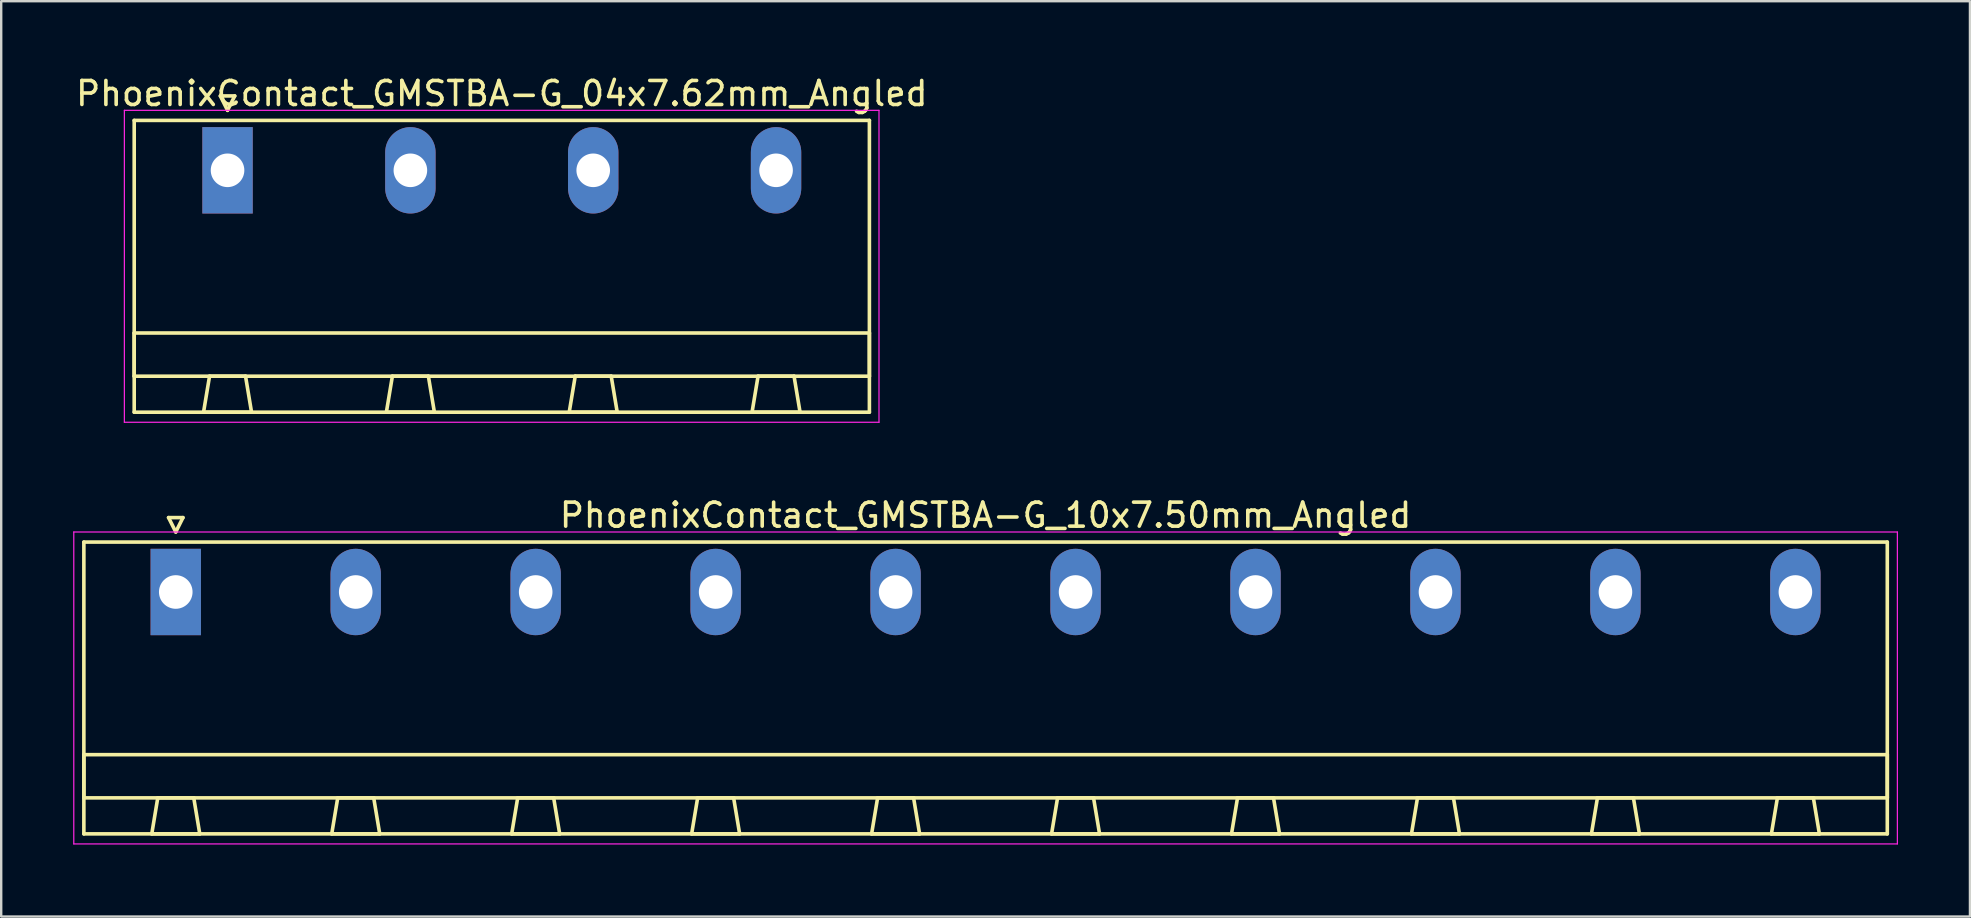
<source format=kicad_pcb>
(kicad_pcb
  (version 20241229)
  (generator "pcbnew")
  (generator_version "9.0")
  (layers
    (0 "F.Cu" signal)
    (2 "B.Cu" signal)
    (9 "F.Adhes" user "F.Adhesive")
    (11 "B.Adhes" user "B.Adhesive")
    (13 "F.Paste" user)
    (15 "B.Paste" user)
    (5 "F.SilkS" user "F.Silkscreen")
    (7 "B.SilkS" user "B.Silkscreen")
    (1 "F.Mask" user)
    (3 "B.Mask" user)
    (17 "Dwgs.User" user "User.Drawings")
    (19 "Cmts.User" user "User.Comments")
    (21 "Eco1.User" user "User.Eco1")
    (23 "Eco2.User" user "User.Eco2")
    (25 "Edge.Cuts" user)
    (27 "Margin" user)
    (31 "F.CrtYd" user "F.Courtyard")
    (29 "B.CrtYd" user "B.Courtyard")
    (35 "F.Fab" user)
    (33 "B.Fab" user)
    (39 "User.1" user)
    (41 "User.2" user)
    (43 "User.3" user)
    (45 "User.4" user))
  (footprint "PhoenixContact_GMSTBA-G_04x7.62mm_Angled"
    (layer "F.Cu")
    (at 6.433 4.048)
    (property "Reference" "PhoenixContact_GMSTBA-G_04x7.62mm_Angled" (at 11.43 -3.2 0) (layer "F.SilkS") (effects (font (size 1 1) (thickness 0.15))))
    (attr through_hole)
    (fp_line (start -3.89 -2.08) (end -3.89 10.08) (stroke (width 0.15) (type solid)) (layer "F.SilkS"))
    (fp_line (start -3.89 6.78) (end 26.75 6.78) (stroke (width 0.15) (type solid)) (layer "F.SilkS"))
    (fp_line (start -3.89 8.58) (end -3.89 6.78) (stroke (width 0.15) (type solid)) (layer "F.SilkS"))
    (fp_line (start -3.89 10.08) (end 26.75 10.08) (stroke (width 0.15) (type solid)) (layer "F.SilkS"))
    (fp_line (start -1 10.08) (end 1 10.08) (stroke (width 0.15) (type solid)) (layer "F.SilkS"))
    (fp_line (start -0.75 8.58) (end -1 10.08) (stroke (width 0.15) (type solid)) (layer "F.SilkS"))
    (fp_line (start -0.3 -3.1) (end 0 -2.5) (stroke (width 0.15) (type solid)) (layer "F.SilkS"))
    (fp_line (start 0 -2.5) (end 0.3 -3.1) (stroke (width 0.15) (type solid)) (layer "F.SilkS"))
    (fp_line (start 0.3 -3.1) (end -0.3 -3.1) (stroke (width 0.15) (type solid)) (layer "F.SilkS"))
    (fp_line (start 0.75 8.58) (end -0.75 8.58) (stroke (width 0.15) (type solid)) (layer "F.SilkS"))
    (fp_line (start 1 10.08) (end 0.75 8.58) (stroke (width 0.15) (type solid)) (layer "F.SilkS"))
    (fp_line (start 6.62 10.08) (end 8.62 10.08) (stroke (width 0.15) (type solid)) (layer "F.SilkS"))
    (fp_line (start 6.87 8.58) (end 6.62 10.08) (stroke (width 0.15) (type solid)) (layer "F.SilkS"))
    (fp_line (start 8.37 8.58) (end 6.87 8.58) (stroke (width 0.15) (type solid)) (layer "F.SilkS"))
    (fp_line (start 8.62 10.08) (end 8.37 8.58) (stroke (width 0.15) (type solid)) (layer "F.SilkS"))
    (fp_line (start 14.24 10.08) (end 16.24 10.08) (stroke (width 0.15) (type solid)) (layer "F.SilkS"))
    (fp_line (start 14.49 8.58) (end 14.24 10.08) (stroke (width 0.15) (type solid)) (layer "F.SilkS"))
    (fp_line (start 15.99 8.58) (end 14.49 8.58) (stroke (width 0.15) (type solid)) (layer "F.SilkS"))
    (fp_line (start 16.24 10.08) (end 15.99 8.58) (stroke (width 0.15) (type solid)) (layer "F.SilkS"))
    (fp_line (start 21.86 10.08) (end 23.86 10.08) (stroke (width 0.15) (type solid)) (layer "F.SilkS"))
    (fp_line (start 22.11 8.58) (end 21.86 10.08) (stroke (width 0.15) (type solid)) (layer "F.SilkS"))
    (fp_line (start 23.61 8.58) (end 22.11 8.58) (stroke (width 0.15) (type solid)) (layer "F.SilkS"))
    (fp_line (start 23.86 10.08) (end 23.61 8.58) (stroke (width 0.15) (type solid)) (layer "F.SilkS"))
    (fp_line (start 26.75 -2.08) (end -3.89 -2.08) (stroke (width 0.15) (type solid)) (layer "F.SilkS"))
    (fp_line (start 26.75 6.78) (end 26.75 8.58) (stroke (width 0.15) (type solid)) (layer "F.SilkS"))
    (fp_line (start 26.75 8.58) (end -3.89 8.58) (stroke (width 0.15) (type solid)) (layer "F.SilkS"))
    (fp_line (start 26.75 10.08) (end 26.75 -2.08) (stroke (width 0.15) (type solid)) (layer "F.SilkS"))
    (fp_line (start -4.3 -2.5) (end -4.3 10.5) (stroke (width 0.05) (type solid)) (layer "F.CrtYd"))
    (fp_line (start -4.3 10.5) (end 27.15 10.5) (stroke (width 0.05) (type solid)) (layer "F.CrtYd"))
    (fp_line (start 27.15 -2.5) (end -4.3 -2.5) (stroke (width 0.05) (type solid)) (layer "F.CrtYd"))
    (fp_line (start 27.15 10.5) (end 27.15 -2.5) (stroke (width 0.05) (type solid)) (layer "F.CrtYd"))
    (pad "1" thru_hole rect (at 0 0) (size 2.1 3.6) (drill 1.4) (layers "*.Cu" "*.Mask"))
    (pad "2" thru_hole oval (at 7.62 0) (size 2.1 3.6) (drill 1.4) (layers "*.Cu" "*.Mask"))
    (pad "3" thru_hole oval (at 15.24 0) (size 2.1 3.6) (drill 1.4) (layers "*.Cu" "*.Mask"))
    (pad "4" thru_hole oval (at 22.86 0) (size 2.1 3.6) (drill 1.4) (layers "*.Cu" "*.Mask")))
  (footprint "PhoenixContact_GMSTBA-G_10x7.50mm_Angled"
    (layer "F.Cu")
    (at 4.275 21.622)
    (property "Reference" "PhoenixContact_GMSTBA-G_10x7.50mm_Angled" (at 33.75 -3.2 0) (layer "F.SilkS") (effects (font (size 1 1) (thickness 0.15))))
    (attr through_hole)
    (fp_line (start -3.83 -2.08) (end -3.83 10.08) (stroke (width 0.15) (type solid)) (layer "F.SilkS"))
    (fp_line (start -3.83 6.78) (end 71.33 6.78) (stroke (width 0.15) (type solid)) (layer "F.SilkS"))
    (fp_line (start -3.83 8.58) (end -3.83 6.78) (stroke (width 0.15) (type solid)) (layer "F.SilkS"))
    (fp_line (start -3.83 10.08) (end 71.33 10.08) (stroke (width 0.15) (type solid)) (layer "F.SilkS"))
    (fp_line (start -1 10.08) (end 1 10.08) (stroke (width 0.15) (type solid)) (layer "F.SilkS"))
    (fp_line (start -0.75 8.58) (end -1 10.08) (stroke (width 0.15) (type solid)) (layer "F.SilkS"))
    (fp_line (start -0.3 -3.1) (end 0 -2.5) (stroke (width 0.15) (type solid)) (layer "F.SilkS"))
    (fp_line (start 0 -2.5) (end 0.3 -3.1) (stroke (width 0.15) (type solid)) (layer "F.SilkS"))
    (fp_line (start 0.3 -3.1) (end -0.3 -3.1) (stroke (width 0.15) (type solid)) (layer "F.SilkS"))
    (fp_line (start 0.75 8.58) (end -0.75 8.58) (stroke (width 0.15) (type solid)) (layer "F.SilkS"))
    (fp_line (start 1 10.08) (end 0.75 8.58) (stroke (width 0.15) (type solid)) (layer "F.SilkS"))
    (fp_line (start 6.5 10.08) (end 8.5 10.08) (stroke (width 0.15) (type solid)) (layer "F.SilkS"))
    (fp_line (start 6.75 8.58) (end 6.5 10.08) (stroke (width 0.15) (type solid)) (layer "F.SilkS"))
    (fp_line (start 8.25 8.58) (end 6.75 8.58) (stroke (width 0.15) (type solid)) (layer "F.SilkS"))
    (fp_line (start 8.5 10.08) (end 8.25 8.58) (stroke (width 0.15) (type solid)) (layer "F.SilkS"))
    (fp_line (start 14 10.08) (end 16 10.08) (stroke (width 0.15) (type solid)) (layer "F.SilkS"))
    (fp_line (start 14.25 8.58) (end 14 10.08) (stroke (width 0.15) (type solid)) (layer "F.SilkS"))
    (fp_line (start 15.75 8.58) (end 14.25 8.58) (stroke (width 0.15) (type solid)) (layer "F.SilkS"))
    (fp_line (start 16 10.08) (end 15.75 8.58) (stroke (width 0.15) (type solid)) (layer "F.SilkS"))
    (fp_line (start 21.5 10.08) (end 23.5 10.08) (stroke (width 0.15) (type solid)) (layer "F.SilkS"))
    (fp_line (start 21.75 8.58) (end 21.5 10.08) (stroke (width 0.15) (type solid)) (layer "F.SilkS"))
    (fp_line (start 23.25 8.58) (end 21.75 8.58) (stroke (width 0.15) (type solid)) (layer "F.SilkS"))
    (fp_line (start 23.5 10.08) (end 23.25 8.58) (stroke (width 0.15) (type solid)) (layer "F.SilkS"))
    (fp_line (start 29 10.08) (end 31 10.08) (stroke (width 0.15) (type solid)) (layer "F.SilkS"))
    (fp_line (start 29.25 8.58) (end 29 10.08) (stroke (width 0.15) (type solid)) (layer "F.SilkS"))
    (fp_line (start 30.75 8.58) (end 29.25 8.58) (stroke (width 0.15) (type solid)) (layer "F.SilkS"))
    (fp_line (start 31 10.08) (end 30.75 8.58) (stroke (width 0.15) (type solid)) (layer "F.SilkS"))
    (fp_line (start 36.5 10.08) (end 38.5 10.08) (stroke (width 0.15) (type solid)) (layer "F.SilkS"))
    (fp_line (start 36.75 8.58) (end 36.5 10.08) (stroke (width 0.15) (type solid)) (layer "F.SilkS"))
    (fp_line (start 38.25 8.58) (end 36.75 8.58) (stroke (width 0.15) (type solid)) (layer "F.SilkS"))
    (fp_line (start 38.5 10.08) (end 38.25 8.58) (stroke (width 0.15) (type solid)) (layer "F.SilkS"))
    (fp_line (start 44 10.08) (end 46 10.08) (stroke (width 0.15) (type solid)) (layer "F.SilkS"))
    (fp_line (start 44.25 8.58) (end 44 10.08) (stroke (width 0.15) (type solid)) (layer "F.SilkS"))
    (fp_line (start 45.75 8.58) (end 44.25 8.58) (stroke (width 0.15) (type solid)) (layer "F.SilkS"))
    (fp_line (start 46 10.08) (end 45.75 8.58) (stroke (width 0.15) (type solid)) (layer "F.SilkS"))
    (fp_line (start 51.5 10.08) (end 53.5 10.08) (stroke (width 0.15) (type solid)) (layer "F.SilkS"))
    (fp_line (start 51.75 8.58) (end 51.5 10.08) (stroke (width 0.15) (type solid)) (layer "F.SilkS"))
    (fp_line (start 53.25 8.58) (end 51.75 8.58) (stroke (width 0.15) (type solid)) (layer "F.SilkS"))
    (fp_line (start 53.5 10.08) (end 53.25 8.58) (stroke (width 0.15) (type solid)) (layer "F.SilkS"))
    (fp_line (start 59 10.08) (end 61 10.08) (stroke (width 0.15) (type solid)) (layer "F.SilkS"))
    (fp_line (start 59.25 8.58) (end 59 10.08) (stroke (width 0.15) (type solid)) (layer "F.SilkS"))
    (fp_line (start 60.75 8.58) (end 59.25 8.58) (stroke (width 0.15) (type solid)) (layer "F.SilkS"))
    (fp_line (start 61 10.08) (end 60.75 8.58) (stroke (width 0.15) (type solid)) (layer "F.SilkS"))
    (fp_line (start 66.5 10.08) (end 68.5 10.08) (stroke (width 0.15) (type solid)) (layer "F.SilkS"))
    (fp_line (start 66.75 8.58) (end 66.5 10.08) (stroke (width 0.15) (type solid)) (layer "F.SilkS"))
    (fp_line (start 68.25 8.58) (end 66.75 8.58) (stroke (width 0.15) (type solid)) (layer "F.SilkS"))
    (fp_line (start 68.5 10.08) (end 68.25 8.58) (stroke (width 0.15) (type solid)) (layer "F.SilkS"))
    (fp_line (start 71.33 -2.08) (end -3.83 -2.08) (stroke (width 0.15) (type solid)) (layer "F.SilkS"))
    (fp_line (start 71.33 6.78) (end 71.33 8.58) (stroke (width 0.15) (type solid)) (layer "F.SilkS"))
    (fp_line (start 71.33 8.58) (end -3.83 8.58) (stroke (width 0.15) (type solid)) (layer "F.SilkS"))
    (fp_line (start 71.33 10.08) (end 71.33 -2.08) (stroke (width 0.15) (type solid)) (layer "F.SilkS"))
    (fp_line (start -4.25 -2.5) (end -4.25 10.5) (stroke (width 0.05) (type solid)) (layer "F.CrtYd"))
    (fp_line (start -4.25 10.5) (end 71.75 10.5) (stroke (width 0.05) (type solid)) (layer "F.CrtYd"))
    (fp_line (start 71.75 -2.5) (end -4.25 -2.5) (stroke (width 0.05) (type solid)) (layer "F.CrtYd"))
    (fp_line (start 71.75 10.5) (end 71.75 -2.5) (stroke (width 0.05) (type solid)) (layer "F.CrtYd"))
    (pad "1" thru_hole rect (at 0 0) (size 2.1 3.6) (drill 1.4) (layers "*.Cu" "*.Mask"))
    (pad "2" thru_hole oval (at 7.5 0) (size 2.1 3.6) (drill 1.4) (layers "*.Cu" "*.Mask"))
    (pad "3" thru_hole oval (at 15 0) (size 2.1 3.6) (drill 1.4) (layers "*.Cu" "*.Mask"))
    (pad "4" thru_hole oval (at 22.5 0) (size 2.1 3.6) (drill 1.4) (layers "*.Cu" "*.Mask"))
    (pad "5" thru_hole oval (at 30 0) (size 2.1 3.6) (drill 1.4) (layers "*.Cu" "*.Mask"))
    (pad "6" thru_hole oval (at 37.5 0) (size 2.1 3.6) (drill 1.4) (layers "*.Cu" "*.Mask"))
    (pad "7" thru_hole oval (at 45 0) (size 2.1 3.6) (drill 1.4) (layers "*.Cu" "*.Mask"))
    (pad "8" thru_hole oval (at 52.5 0) (size 2.1 3.6) (drill 1.4) (layers "*.Cu" "*.Mask"))
    (pad "9" thru_hole oval (at 60 0) (size 2.1 3.6) (drill 1.4) (layers "*.Cu" "*.Mask"))
    (pad "10" thru_hole oval (at 67.5 0) (size 2.1 3.6) (drill 1.4) (layers "*.Cu" "*.Mask")))
  (gr_rect
    (start -3 -3)
    (end 79.05 35.147)
    (stroke (width 0.1) (type default))
    (fill no)
    (layer "Edge.Cuts")))
</source>
